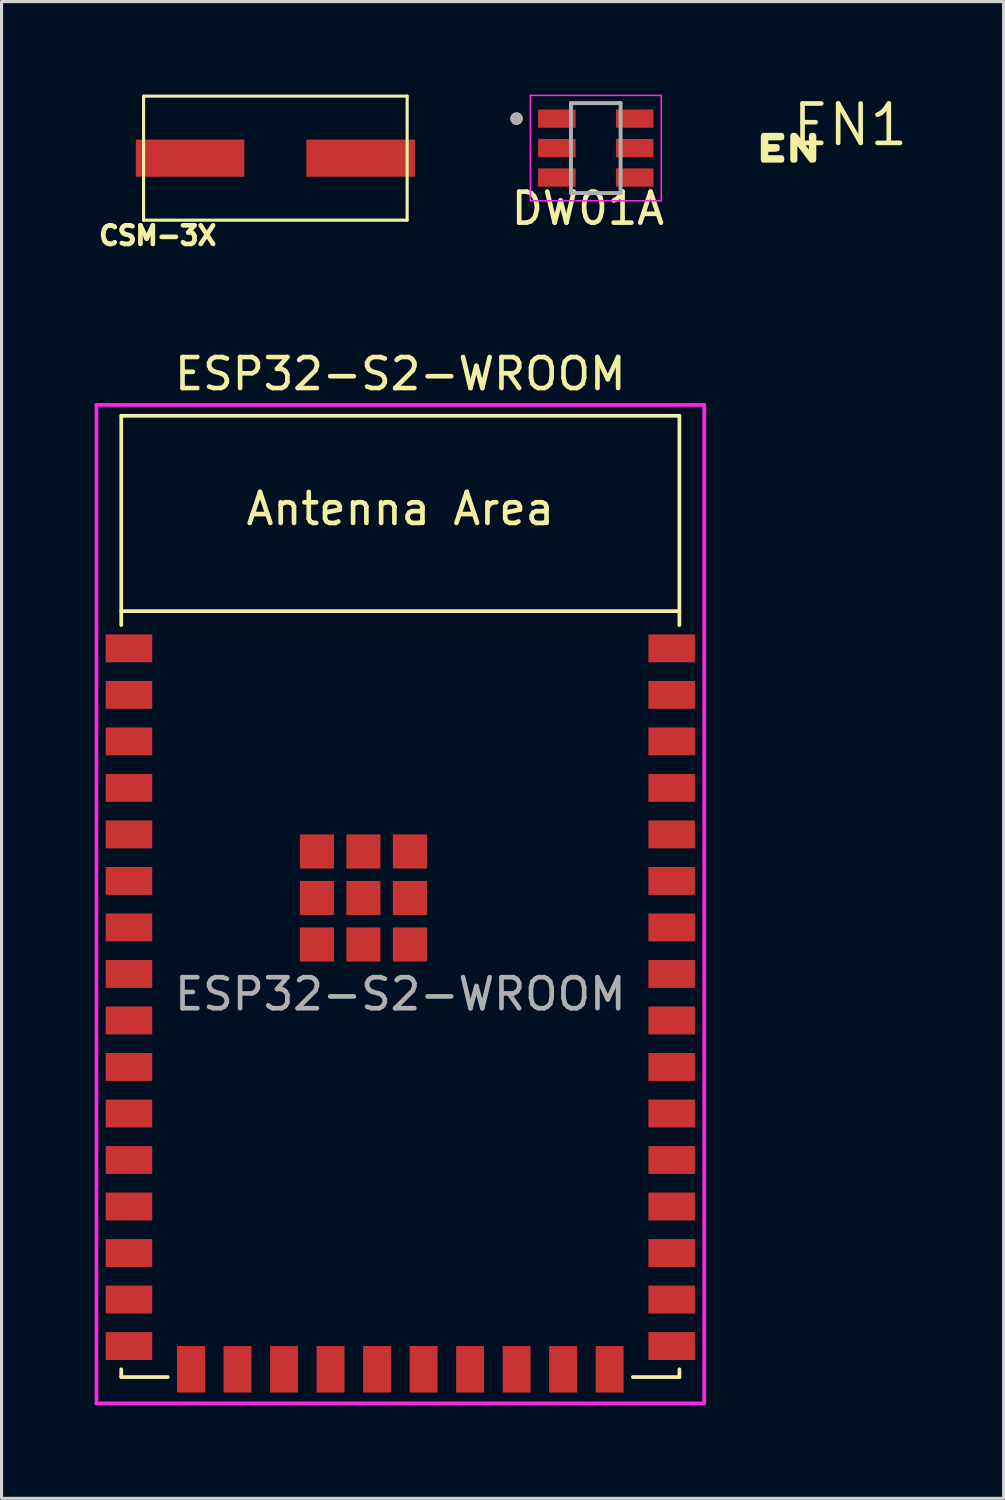
<source format=kicad_pcb>
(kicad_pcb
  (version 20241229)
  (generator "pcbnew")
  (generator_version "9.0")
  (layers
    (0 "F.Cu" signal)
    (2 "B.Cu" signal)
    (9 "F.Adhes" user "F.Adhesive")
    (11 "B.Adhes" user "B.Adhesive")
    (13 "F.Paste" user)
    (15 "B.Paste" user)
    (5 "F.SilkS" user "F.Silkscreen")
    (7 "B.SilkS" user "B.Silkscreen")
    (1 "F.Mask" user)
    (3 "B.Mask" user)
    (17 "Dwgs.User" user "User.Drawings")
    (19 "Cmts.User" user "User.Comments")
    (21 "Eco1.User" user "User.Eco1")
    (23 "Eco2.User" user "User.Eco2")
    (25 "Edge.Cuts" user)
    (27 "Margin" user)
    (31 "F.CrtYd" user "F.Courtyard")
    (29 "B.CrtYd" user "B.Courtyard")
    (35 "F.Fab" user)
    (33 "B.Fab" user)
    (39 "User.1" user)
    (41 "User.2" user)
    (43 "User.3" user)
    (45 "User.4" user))
  (footprint "CSM-3X"
    (layer "F.Cu")
    (at 3.08 2.05)
    (property "Reference" "CSM-3X" (at -1.044 2.497 0) (layer "F.SilkS") (effects (font (size 0.6 0.6) (thickness 0.15))))
    (attr through_hole)
    (fp_line (start -1.5 -2) (end 7 -2) (stroke (width 0.1) (type solid)) (layer "F.SilkS"))
    (fp_line (start -1.5 2) (end -1.5 -2) (stroke (width 0.1) (type solid)) (layer "F.SilkS"))
    (fp_line (start 7 -2) (end 7 2) (stroke (width 0.1) (type solid)) (layer "F.SilkS"))
    (fp_line (start 7 2) (end -1.5 2) (stroke (width 0.1) (type solid)) (layer "F.SilkS"))
    (pad "1" smd rect (at 0 0) (size 3.5 1.2) (layers "F.Cu" "F.Mask" "F.Paste"))
    (pad "2" smd rect (at 5.5 0) (size 3.5 1.2) (layers "F.Cu" "F.Mask" "F.Paste")))
  (footprint "DW01A"
    (layer "F.Cu")
    (at 16.163 1.725)
    (property "Reference" "DW01A" (at -0.255 1.95 0) (layer "F.SilkS") (effects (font (size 1 1) (thickness 0.15))))
    (attr smd)
    (fp_circle (center -2.555 -0.95) (end -2.455 -0.95) (stroke (width 0.2) (type solid)) (fill no) (layer "F.SilkS"))
    (fp_line (start -2.11 -1.7) (end -2.11 1.7) (stroke (width 0.05) (type solid)) (layer "F.CrtYd"))
    (fp_line (start -2.11 1.7) (end 2.11 1.7) (stroke (width 0.05) (type solid)) (layer "F.CrtYd"))
    (fp_line (start 2.11 -1.7) (end -2.11 -1.7) (stroke (width 0.05) (type solid)) (layer "F.CrtYd"))
    (fp_line (start 2.11 1.7) (end 2.11 -1.7) (stroke (width 0.05) (type solid)) (layer "F.CrtYd"))
    (fp_line (start -0.8 -1.45) (end 0.8 -1.45) (stroke (width 0.127) (type solid)) (layer "F.Fab"))
    (fp_line (start -0.8 1.45) (end -0.8 -1.45) (stroke (width 0.127) (type solid)) (layer "F.Fab"))
    (fp_line (start 0.8 -1.45) (end 0.8 1.45) (stroke (width 0.127) (type solid)) (layer "F.Fab"))
    (fp_line (start 0.8 1.45) (end -0.8 1.45) (stroke (width 0.127) (type solid)) (layer "F.Fab"))
    (fp_circle (center -2.555 -0.95) (end -2.455 -0.95) (stroke (width 0.2) (type solid)) (fill no) (layer "F.Fab"))
    (pad "1" smd rect (at -1.255 -0.95) (size 1.21 0.59) (layers "F.Cu" "F.Mask" "F.Paste"))
    (pad "2" smd rect (at -1.255 0) (size 1.21 0.59) (layers "F.Cu" "F.Mask" "F.Paste"))
    (pad "3" smd rect (at -1.255 0.95) (size 1.21 0.59) (layers "F.Cu" "F.Mask" "F.Paste"))
    (pad "4" smd rect (at 1.255 0.95) (size 1.21 0.59) (layers "F.Cu" "F.Mask" "F.Paste"))
    (pad "5" smd rect (at 1.255 0) (size 1.21 0.59) (layers "F.Cu" "F.Mask" "F.Paste"))
    (pad "6" smd rect (at 1.255 -0.95) (size 1.21 0.59) (layers "F.Cu" "F.Mask" "F.Paste")))
  (footprint "ESP32-S2-WROOM"
    (layer "F.Cu")
    (at 9.86 29.009)
    (property "Reference" "ESP32-S2-WROOM" (at 0 -20 0) (layer "F.SilkS") (effects (font (size 1 1) (thickness 0.15))))
    (attr smd)
    (fp_line (start -9 -18.65) (end -9 -11.9) (stroke (width 0.12) (type solid)) (layer "F.SilkS"))
    (fp_line (start -9 -18.65) (end 9 -18.65) (stroke (width 0.12) (type solid)) (layer "F.SilkS"))
    (fp_line (start -9 12.1) (end -9 12.35) (stroke (width 0.12) (type solid)) (layer "F.SilkS"))
    (fp_line (start -9 12.35) (end -7.5 12.35) (stroke (width 0.12) (type solid)) (layer "F.SilkS"))
    (fp_line (start 9 -12.35) (end -9 -12.35) (stroke (width 0.12) (type solid)) (layer "F.SilkS"))
    (fp_line (start 9 -11.9) (end 9 -18.65) (stroke (width 0.12) (type solid)) (layer "F.SilkS"))
    (fp_line (start 9 12.1) (end 9 12.35) (stroke (width 0.12) (type solid)) (layer "F.SilkS"))
    (fp_line (start 9 12.35) (end 7.5 12.35) (stroke (width 0.12) (type solid)) (layer "F.SilkS"))
    (fp_line (start -9 -18.65) (end 9 -18.65) (stroke (width 0.12) (type solid)) (layer "Eco2.User"))
    (fp_line (start -9 -12.35) (end 9 -12.35) (stroke (width 0.12) (type solid)) (layer "Eco2.User"))
    (fp_line (start -9 12.35) (end -9 -18.65) (stroke (width 0.12) (type solid)) (layer "Eco2.User"))
    (fp_line (start 9 -18.65) (end 9 12.35) (stroke (width 0.12) (type solid)) (layer "Eco2.User"))
    (fp_line (start 9 12.35) (end -9 12.35) (stroke (width 0.12) (type solid)) (layer "Eco2.User"))
    (fp_line (start -9.8 -19) (end -9.8 13.2) (stroke (width 0.12) (type solid)) (layer "F.CrtYd"))
    (fp_line (start 9.8 -19) (end -9.8 -19) (stroke (width 0.12) (type solid)) (layer "F.CrtYd"))
    (fp_line (start 9.8 13.2) (end -9.8 13.2) (stroke (width 0.12) (type solid)) (layer "F.CrtYd"))
    (fp_line (start 9.8 13.2) (end 9.8 -19) (stroke (width 0.12) (type solid)) (layer "F.CrtYd"))
    (fp_text user "Antenna Area" (at 0 -15.65 0) (layer "F.SilkS") (effects (font (size 1 1) (thickness 0.15))))
    (fp_text user "Antenna Area" (at 0 -15.65 0) (layer "Eco2.User") (effects (font (size 1 1) (thickness 0.15))))
    (fp_text user "${REFERENCE}" (at 0 0 0) (layer "F.Fab") (effects (font (size 1 1) (thickness 0.15))))
    (pad "1" smd rect (at -8.75 -11.15) (size 1.5 0.9) (layers "F.Cu" "F.Mask" "F.Paste"))
    (pad "2" smd rect (at -8.75 -9.65) (size 1.5 0.9) (layers "F.Cu" "F.Mask" "F.Paste"))
    (pad "3" smd rect (at -8.75 -8.15) (size 1.5 0.9) (layers "F.Cu" "F.Mask" "F.Paste"))
    (pad "4" smd rect (at -8.75 -6.65) (size 1.5 0.9) (layers "F.Cu" "F.Mask" "F.Paste"))
    (pad "5" smd rect (at -8.75 -5.15) (size 1.5 0.9) (layers "F.Cu" "F.Mask" "F.Paste"))
    (pad "6" smd rect (at -8.75 -3.65) (size 1.5 0.9) (layers "F.Cu" "F.Mask" "F.Paste"))
    (pad "7" smd rect (at -8.75 -2.15) (size 1.5 0.9) (layers "F.Cu" "F.Mask" "F.Paste"))
    (pad "8" smd rect (at -8.75 -0.65) (size 1.5 0.9) (layers "F.Cu" "F.Mask" "F.Paste"))
    (pad "9" smd rect (at -8.75 0.85) (size 1.5 0.9) (layers "F.Cu" "F.Mask" "F.Paste"))
    (pad "10" smd rect (at -8.75 2.35) (size 1.5 0.9) (layers "F.Cu" "F.Mask" "F.Paste"))
    (pad "11" smd rect (at -8.75 3.85) (size 1.5 0.9) (layers "F.Cu" "F.Mask" "F.Paste"))
    (pad "12" smd rect (at -8.75 5.35) (size 1.5 0.9) (layers "F.Cu" "F.Mask" "F.Paste"))
    (pad "13" smd rect (at -8.75 6.85) (size 1.5 0.9) (layers "F.Cu" "F.Mask" "F.Paste"))
    (pad "14" smd rect (at -8.75 8.35) (size 1.5 0.9) (layers "F.Cu" "F.Mask" "F.Paste"))
    (pad "15" smd rect (at -8.75 9.85) (size 1.5 0.9) (layers "F.Cu" "F.Mask" "F.Paste"))
    (pad "16" smd rect (at -8.75 11.35) (size 1.5 0.9) (layers "F.Cu" "F.Mask" "F.Paste"))
    (pad "17" smd rect (at -6.75 12.1 90) (size 1.5 0.9) (layers "F.Cu" "F.Mask" "F.Paste"))
    (pad "18" smd rect (at -5.25 12.1 90) (size 1.5 0.9) (layers "F.Cu" "F.Mask" "F.Paste"))
    (pad "19" smd rect (at -3.75 12.1 90) (size 1.5 0.9) (layers "F.Cu" "F.Mask" "F.Paste"))
    (pad "20" smd rect (at -2.25 12.1 90) (size 1.5 0.9) (layers "F.Cu" "F.Mask" "F.Paste"))
    (pad "21" smd rect (at -0.75 12.1 90) (size 1.5 0.9) (layers "F.Cu" "F.Mask" "F.Paste"))
    (pad "22" smd rect (at 0.75 12.1 90) (size 1.5 0.9) (layers "F.Cu" "F.Mask" "F.Paste"))
    (pad "23" smd rect (at 2.25 12.1 90) (size 1.5 0.9) (layers "F.Cu" "F.Mask" "F.Paste"))
    (pad "24" smd rect (at 3.75 12.1 90) (size 1.5 0.9) (layers "F.Cu" "F.Mask" "F.Paste"))
    (pad "25" smd rect (at 5.25 12.1 90) (size 1.5 0.9) (layers "F.Cu" "F.Mask" "F.Paste"))
    (pad "26" smd rect (at 6.75 12.1 90) (size 1.5 0.9) (layers "F.Cu" "F.Mask" "F.Paste"))
    (pad "27" smd rect (at 8.75 11.35 180) (size 1.5 0.9) (layers "F.Cu" "F.Mask" "F.Paste"))
    (pad "28" smd rect (at 8.75 9.85 180) (size 1.5 0.9) (layers "F.Cu" "F.Mask" "F.Paste"))
    (pad "29" smd rect (at 8.75 8.35 180) (size 1.5 0.9) (layers "F.Cu" "F.Mask" "F.Paste"))
    (pad "30" smd rect (at 8.75 6.85 180) (size 1.5 0.9) (layers "F.Cu" "F.Mask" "F.Paste"))
    (pad "31" smd rect (at 8.75 5.35 180) (size 1.5 0.9) (layers "F.Cu" "F.Mask" "F.Paste"))
    (pad "32" smd rect (at 8.75 3.85 180) (size 1.5 0.9) (layers "F.Cu" "F.Mask" "F.Paste"))
    (pad "33" smd rect (at 8.75 2.35 180) (size 1.5 0.9) (layers "F.Cu" "F.Mask" "F.Paste"))
    (pad "34" smd rect (at 8.75 0.85 180) (size 1.5 0.9) (layers "F.Cu" "F.Mask" "F.Paste"))
    (pad "35" smd rect (at 8.75 -0.65 180) (size 1.5 0.9) (layers "F.Cu" "F.Mask" "F.Paste"))
    (pad "36" smd rect (at 8.75 -2.15 180) (size 1.5 0.9) (layers "F.Cu" "F.Mask" "F.Paste"))
    (pad "37" smd rect (at 8.75 -3.65 180) (size 1.5 0.9) (layers "F.Cu" "F.Mask" "F.Paste"))
    (pad "38" smd rect (at 8.75 -5.15 180) (size 1.5 0.9) (layers "F.Cu" "F.Mask" "F.Paste"))
    (pad "39" smd rect (at 8.75 -6.65 180) (size 1.5 0.9) (layers "F.Cu" "F.Mask" "F.Paste"))
    (pad "40" smd rect (at 8.75 -8.15 180) (size 1.5 0.9) (layers "F.Cu" "F.Mask" "F.Paste"))
    (pad "41" smd rect (at 8.75 -9.65 180) (size 1.5 0.9) (layers "F.Cu" "F.Mask" "F.Paste"))
    (pad "42" smd rect (at 8.75 -11.15 180) (size 1.5 0.9) (layers "F.Cu" "F.Mask" "F.Paste"))
    (pad "43" smd rect (at -2.69 -4.6 180) (size 1.1 1.1) (layers "F.Cu" "F.Mask" "F.Paste"))
    (pad "43" smd rect (at -2.69 -3.1 180) (size 1.1 1.1) (layers "F.Cu" "F.Mask" "F.Paste"))
    (pad "43" smd rect (at -2.69 -1.6 180) (size 1.1 1.1) (layers "F.Cu" "F.Mask" "F.Paste"))
    (pad "43" smd rect (at -1.19 -4.6 180) (size 1.1 1.1) (layers "F.Cu" "F.Mask" "F.Paste"))
    (pad "43" smd rect (at -1.19 -3.1 180) (size 1.1 1.1) (layers "F.Cu" "F.Mask" "F.Paste"))
    (pad "43" smd rect (at -1.19 -1.6 180) (size 1.1 1.1) (layers "F.Cu" "F.Mask" "F.Paste"))
    (pad "43" smd rect (at 0.31 -4.6 180) (size 1.1 1.1) (layers "F.Cu" "F.Mask" "F.Paste"))
    (pad "43" smd rect (at 0.31 -3.1 180) (size 1.1 1.1) (layers "F.Cu" "F.Mask" "F.Paste"))
    (pad "43" smd rect (at 0.31 -1.6 180) (size 1.1 1.1) (layers "F.Cu" "F.Mask" "F.Paste"))
    (zone (net_name "") (layers "F.Cu" "B.Cu") (name "antenna keepout") (hatch edge 0.5) (connect_pads) (min_thickness 0.25) (filled_areas_thickness no) (keepout (tracks not_allowed) (vias not_allowed) (pads not_allowed) (copperpour not_allowed) (footprints not_allowed)) (placement (enabled no)) (fill) (polygon (pts (xy 0.86 16.66) (xy 0.86 10.36) (xy 18.86 10.36) (xy 18.86 16.66)))))
  (footprint "EN1"
    (layer "F.Cu")
    (at 22.43 1.72)
    (property "Reference" "EN1" (at 0 0 0) (layer "F.SilkS") (effects (font (size 1.27 1.27) (thickness 0.15)) (justify left bottom)))
    (fp_poly (pts (xy 0.213 -0.464) (xy 0.254 -0.413) (xy 0.464 -0.143) (xy 0.605 0.054) (xy 0.605 -0.401) (xy 0.626 -0.464) (xy 0.699 -0.485) (xy 0.771 -0.485) (xy 0.824 -0.453) (xy 0.845 -0.391) (xy 0.845 0.36) (xy 0.835 0.422) (xy 0.803 0.465) (xy 0.72 0.475) (xy 0.648 0.475) (xy 0.596 0.413) (xy 0.243 -0.058) (xy 0.235 -0.01) (xy 0.235 0.401) (xy 0.214 0.454) (xy 0.151 0.475) (xy 0.058 0.475) (xy 0.015 0.432) (xy 0.005 0.37) (xy 0.005 -0.37) (xy 0.015 -0.443) (xy 0.068 -0.485) (xy 0.141 -0.485)) (stroke (width 0) (type default)) (fill yes) (layer "F.SilkS"))
    (fp_poly (pts (xy -0.206 -0.453) (xy -0.185 -0.38) (xy -0.195 -0.287) (xy -0.238 -0.255) (xy -0.31 -0.245) (xy -0.65 -0.245) (xy -0.705 -0.236) (xy -0.705 -0.17) (xy -0.696 -0.125) (xy -0.419 -0.125) (xy -0.367 -0.104) (xy -0.335 -0.051) (xy -0.335 0.041) (xy -0.367 0.094) (xy -0.419 0.115) (xy -0.5 0.125) (xy -0.696 0.125) (xy -0.705 0.18) (xy -0.705 0.235) (xy -0.3 0.235) (xy -0.227 0.245) (xy -0.195 0.298) (xy -0.185 0.38) (xy -0.206 0.454) (xy -0.259 0.475) (xy -0.892 0.475) (xy -0.935 0.432) (xy -0.945 0.37) (xy -0.945 -0.381) (xy -0.924 -0.453) (xy -0.882 -0.485) (xy -0.259 -0.485)) (stroke (width 0) (type default)) (fill yes) (layer "F.SilkS")))
  (gr_rect
    (start -3 -3)
    (end 29.315 45.27)
    (stroke (width 0.1) (type default))
    (fill no)
    (layer "Edge.Cuts")))
</source>
